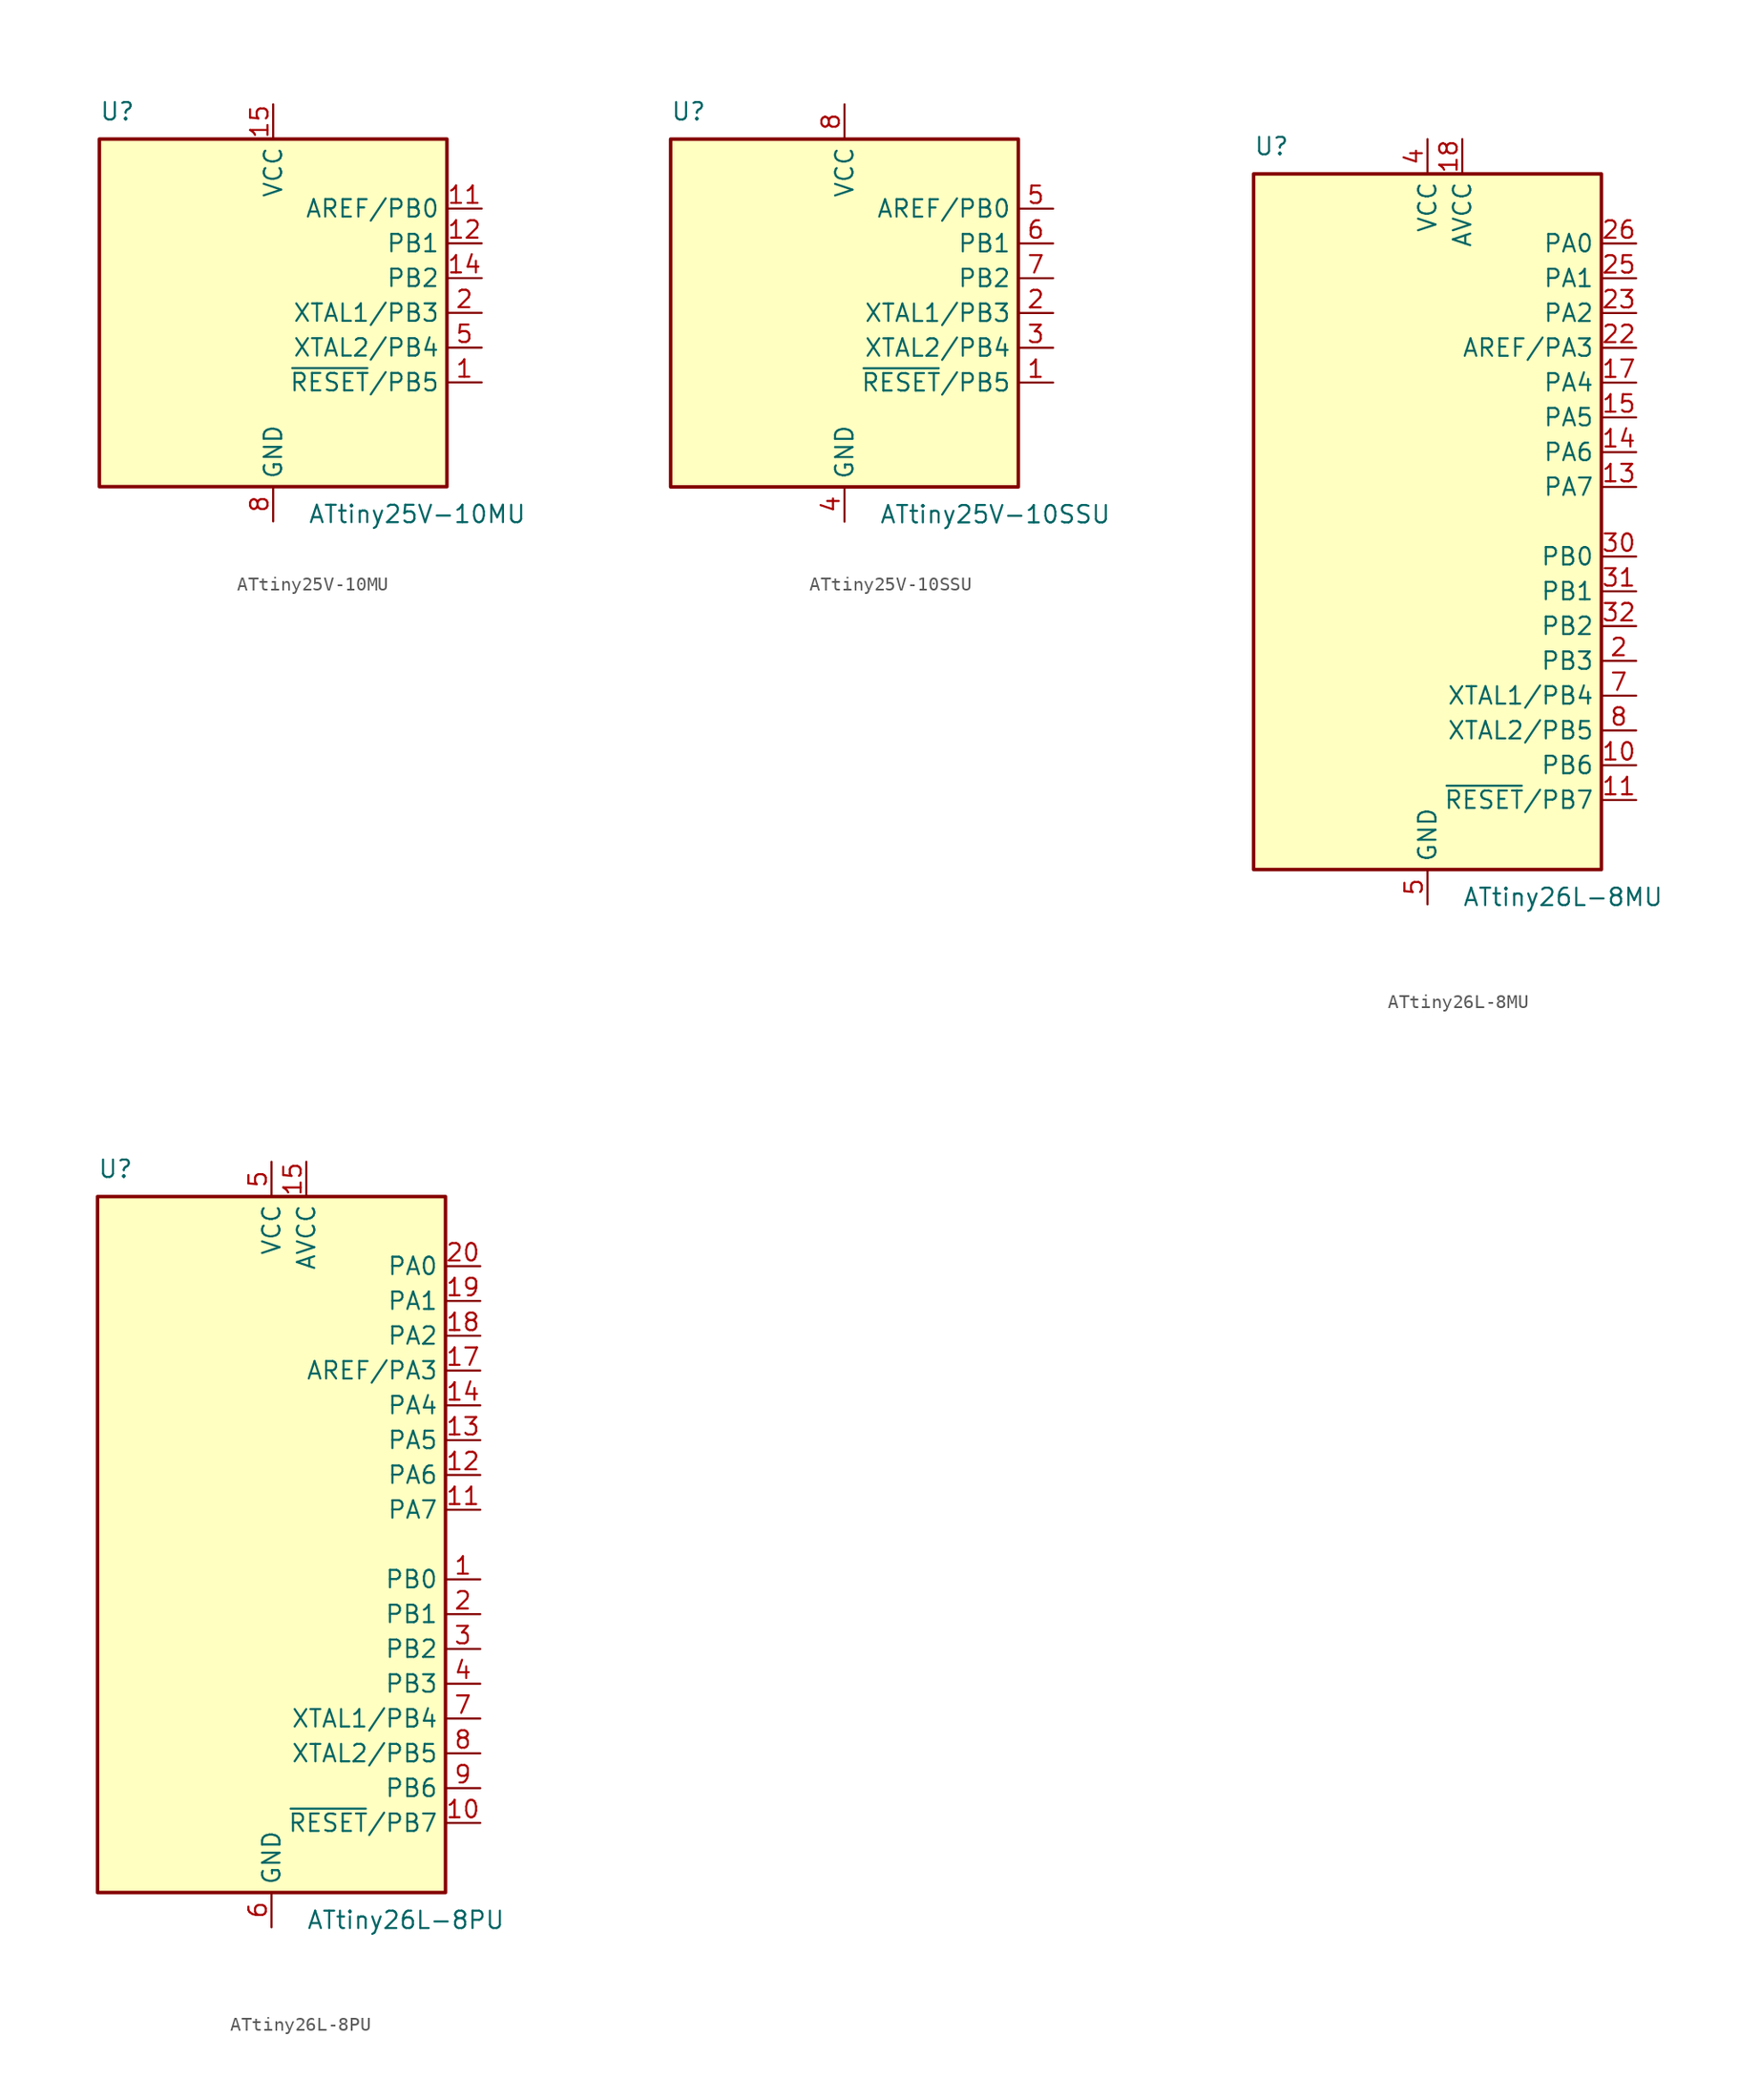
<source format=kicad_sym>
(kicad_symbol_lib
  (version 20201005)
  (generator kicad_symbol_editor)
  (symbol "ATtiny25V-10MU"
    (property "Reference" "U"
      (at -12.7 13.97 0)
      (effects (font (size 1.27 1.27)) (justify left bottom)))
    (property "Value" "ATtiny25V-10MU"
      (at 2.54 -13.97 0)
      (effects (font (size 1.27 1.27)) (justify left top)))
    (symbol "ATtiny25V-10MU_0_1"
      (rectangle (start -12.7 -12.7) (end 12.7 12.7) (stroke (width 0.254)) (fill (type background))))
    (symbol "ATtiny25V-10MU_1_1"
      (pin tri_state line (at 15.24 -5.08 180) (length 2.54) (name "~RESET~/PB5" (effects (font (size 1.27 1.27)))) (number "1" (effects (font (size 1.27 1.27)))))
      (pin no_connect line (at -12.7 -2.54 0) (length 2.54) hide (name "NC" (effects (font (size 1.27 1.27)))) (number "10" (effects (font (size 1.27 1.27)))))
      (pin tri_state line (at 15.24 7.62 180) (length 2.54) (name "AREF/PB0" (effects (font (size 1.27 1.27)))) (number "11" (effects (font (size 1.27 1.27)))))
      (pin tri_state line (at 15.24 5.08 180) (length 2.54) (name "PB1" (effects (font (size 1.27 1.27)))) (number "12" (effects (font (size 1.27 1.27)))))
      (pin no_connect line (at -12.7 -5.08 0) (length 2.54) hide (name "NC" (effects (font (size 1.27 1.27)))) (number "13" (effects (font (size 1.27 1.27)))))
      (pin tri_state line (at 15.24 2.54 180) (length 2.54) (name "PB2" (effects (font (size 1.27 1.27)))) (number "14" (effects (font (size 1.27 1.27)))))
      (pin power_in line (at 0 15.24 270) (length 2.54) (name "VCC" (effects (font (size 1.27 1.27)))) (number "15" (effects (font (size 1.27 1.27)))))
      (pin no_connect line (at -12.7 -7.62 0) (length 2.54) hide (name "NC" (effects (font (size 1.27 1.27)))) (number "16" (effects (font (size 1.27 1.27)))))
      (pin no_connect line (at -12.7 -10.16 0) (length 2.54) hide (name "NC" (effects (font (size 1.27 1.27)))) (number "17" (effects (font (size 1.27 1.27)))))
      (pin no_connect line (at -7.62 -12.7 90) (length 2.54) hide (name "NC" (effects (font (size 1.27 1.27)))) (number "18" (effects (font (size 1.27 1.27)))))
      (pin no_connect line (at -5.08 -12.7 90) (length 2.54) hide (name "NC" (effects (font (size 1.27 1.27)))) (number "19" (effects (font (size 1.27 1.27)))))
      (pin tri_state line (at 15.24 0 180) (length 2.54) (name "XTAL1/PB3" (effects (font (size 1.27 1.27)))) (number "2" (effects (font (size 1.27 1.27)))))
      (pin no_connect line (at -2.54 -12.7 90) (length 2.54) hide (name "NC" (effects (font (size 1.27 1.27)))) (number "20" (effects (font (size 1.27 1.27)))))
      (pin passive line (at 0 -15.24 90) (length 2.54) hide (name "GND" (effects (font (size 1.27 1.27)))) (number "21" (effects (font (size 1.27 1.27)))))
      (pin no_connect line (at -12.7 10.16 0) (length 2.54) hide (name "NC" (effects (font (size 1.27 1.27)))) (number "3" (effects (font (size 1.27 1.27)))))
      (pin no_connect line (at -12.7 7.62 0) (length 2.54) hide (name "NC" (effects (font (size 1.27 1.27)))) (number "4" (effects (font (size 1.27 1.27)))))
      (pin tri_state line (at 15.24 -2.54 180) (length 2.54) (name "XTAL2/PB4" (effects (font (size 1.27 1.27)))) (number "5" (effects (font (size 1.27 1.27)))))
      (pin no_connect line (at -12.7 5.08 0) (length 2.54) hide (name "NC" (effects (font (size 1.27 1.27)))) (number "6" (effects (font (size 1.27 1.27)))))
      (pin no_connect line (at -12.7 2.54 0) (length 2.54) hide (name "NC" (effects (font (size 1.27 1.27)))) (number "7" (effects (font (size 1.27 1.27)))))
      (pin power_in line (at 0 -15.24 90) (length 2.54) (name "GND" (effects (font (size 1.27 1.27)))) (number "8" (effects (font (size 1.27 1.27)))))
      (pin no_connect line (at -12.7 0 0) (length 2.54) hide (name "NC" (effects (font (size 1.27 1.27)))) (number "9" (effects (font (size 1.27 1.27)))))))
  (symbol "ATtiny25V-10SSU"
    (property "Reference" "U"
      (at -12.7 13.97 0)
      (effects (font (size 1.27 1.27)) (justify left bottom)))
    (property "Value" "ATtiny25V-10SSU"
      (at 2.54 -13.97 0)
      (effects (font (size 1.27 1.27)) (justify left top)))
    (symbol "ATtiny25V-10SSU_0_1"
      (rectangle (start -12.7 -12.7) (end 12.7 12.7) (stroke (width 0.254)) (fill (type background))))
    (symbol "ATtiny25V-10SSU_1_1"
      (pin tri_state line (at 15.24 -5.08 180) (length 2.54) (name "~RESET~/PB5" (effects (font (size 1.27 1.27)))) (number "1" (effects (font (size 1.27 1.27)))))
      (pin tri_state line (at 15.24 0 180) (length 2.54) (name "XTAL1/PB3" (effects (font (size 1.27 1.27)))) (number "2" (effects (font (size 1.27 1.27)))))
      (pin tri_state line (at 15.24 -2.54 180) (length 2.54) (name "XTAL2/PB4" (effects (font (size 1.27 1.27)))) (number "3" (effects (font (size 1.27 1.27)))))
      (pin power_in line (at 0 -15.24 90) (length 2.54) (name "GND" (effects (font (size 1.27 1.27)))) (number "4" (effects (font (size 1.27 1.27)))))
      (pin tri_state line (at 15.24 7.62 180) (length 2.54) (name "AREF/PB0" (effects (font (size 1.27 1.27)))) (number "5" (effects (font (size 1.27 1.27)))))
      (pin tri_state line (at 15.24 5.08 180) (length 2.54) (name "PB1" (effects (font (size 1.27 1.27)))) (number "6" (effects (font (size 1.27 1.27)))))
      (pin tri_state line (at 15.24 2.54 180) (length 2.54) (name "PB2" (effects (font (size 1.27 1.27)))) (number "7" (effects (font (size 1.27 1.27)))))
      (pin power_in line (at 0 15.24 270) (length 2.54) (name "VCC" (effects (font (size 1.27 1.27)))) (number "8" (effects (font (size 1.27 1.27)))))))
  (symbol "ATtiny26L-8MU"
    (property "Reference" "U"
      (at -12.7 26.67 0)
      (effects (font (size 1.27 1.27)) (justify left bottom)))
    (property "Value" "ATtiny26L-8MU"
      (at 2.54 -26.67 0)
      (effects (font (size 1.27 1.27)) (justify left top)))
    (symbol "ATtiny26L-8MU_0_1"
      (rectangle (start -12.7 -25.4) (end 12.7 25.4) (stroke (width 0.254)) (fill (type background))))
    (symbol "ATtiny26L-8MU_1_1"
      (pin no_connect line (at -12.7 5.08 0) (length 2.54) hide (name "NC" (effects (font (size 1.27 1.27)))) (number "1" (effects (font (size 1.27 1.27)))))
      (pin tri_state line (at 15.24 -17.78 180) (length 2.54) (name "PB6" (effects (font (size 1.27 1.27)))) (number "10" (effects (font (size 1.27 1.27)))))
      (pin tri_state line (at 15.24 -20.32 180) (length 2.54) (name "~RESET~/PB7" (effects (font (size 1.27 1.27)))) (number "11" (effects (font (size 1.27 1.27)))))
      (pin no_connect line (at -12.7 -5.08 0) (length 2.54) hide (name "NC" (effects (font (size 1.27 1.27)))) (number "12" (effects (font (size 1.27 1.27)))))
      (pin tri_state line (at 15.24 2.54 180) (length 2.54) (name "PA7" (effects (font (size 1.27 1.27)))) (number "13" (effects (font (size 1.27 1.27)))))
      (pin tri_state line (at 15.24 5.08 180) (length 2.54) (name "PA6" (effects (font (size 1.27 1.27)))) (number "14" (effects (font (size 1.27 1.27)))))
      (pin tri_state line (at 15.24 7.62 180) (length 2.54) (name "PA5" (effects (font (size 1.27 1.27)))) (number "15" (effects (font (size 1.27 1.27)))))
      (pin no_connect line (at -12.7 -7.62 0) (length 2.54) hide (name "NC" (effects (font (size 1.27 1.27)))) (number "16" (effects (font (size 1.27 1.27)))))
      (pin tri_state line (at 15.24 10.16 180) (length 2.54) (name "PA4" (effects (font (size 1.27 1.27)))) (number "17" (effects (font (size 1.27 1.27)))))
      (pin power_in line (at 2.54 27.94 270) (length 2.54) (name "AVCC" (effects (font (size 1.27 1.27)))) (number "18" (effects (font (size 1.27 1.27)))))
      (pin no_connect line (at -12.7 -10.16 0) (length 2.54) hide (name "NC" (effects (font (size 1.27 1.27)))) (number "19" (effects (font (size 1.27 1.27)))))
      (pin tri_state line (at 15.24 -10.16 180) (length 2.54) (name "PB3" (effects (font (size 1.27 1.27)))) (number "2" (effects (font (size 1.27 1.27)))))
      (pin no_connect line (at -12.7 -12.7 0) (length 2.54) hide (name "NC" (effects (font (size 1.27 1.27)))) (number "20" (effects (font (size 1.27 1.27)))))
      (pin passive line (at 0 -27.94 90) (length 2.54) hide (name "GND" (effects (font (size 1.27 1.27)))) (number "21" (effects (font (size 1.27 1.27)))))
      (pin tri_state line (at 15.24 12.7 180) (length 2.54) (name "AREF/PA3" (effects (font (size 1.27 1.27)))) (number "22" (effects (font (size 1.27 1.27)))))
      (pin tri_state line (at 15.24 15.24 180) (length 2.54) (name "PA2" (effects (font (size 1.27 1.27)))) (number "23" (effects (font (size 1.27 1.27)))))
      (pin no_connect line (at -12.7 -15.24 0) (length 2.54) hide (name "NC" (effects (font (size 1.27 1.27)))) (number "24" (effects (font (size 1.27 1.27)))))
      (pin tri_state line (at 15.24 17.78 180) (length 2.54) (name "PA1" (effects (font (size 1.27 1.27)))) (number "25" (effects (font (size 1.27 1.27)))))
      (pin tri_state line (at 15.24 20.32 180) (length 2.54) (name "PA0" (effects (font (size 1.27 1.27)))) (number "26" (effects (font (size 1.27 1.27)))))
      (pin no_connect line (at -12.7 -17.78 0) (length 2.54) hide (name "NC" (effects (font (size 1.27 1.27)))) (number "27" (effects (font (size 1.27 1.27)))))
      (pin no_connect line (at -12.7 -20.32 0) (length 2.54) hide (name "NC" (effects (font (size 1.27 1.27)))) (number "28" (effects (font (size 1.27 1.27)))))
      (pin no_connect line (at -12.7 -22.86 0) (length 2.54) hide (name "NC" (effects (font (size 1.27 1.27)))) (number "29" (effects (font (size 1.27 1.27)))))
      (pin no_connect line (at -12.7 2.54 0) (length 2.54) hide (name "NC" (effects (font (size 1.27 1.27)))) (number "3" (effects (font (size 1.27 1.27)))))
      (pin tri_state line (at 15.24 -2.54 180) (length 2.54) (name "PB0" (effects (font (size 1.27 1.27)))) (number "30" (effects (font (size 1.27 1.27)))))
      (pin tri_state line (at 15.24 -5.08 180) (length 2.54) (name "PB1" (effects (font (size 1.27 1.27)))) (number "31" (effects (font (size 1.27 1.27)))))
      (pin tri_state line (at 15.24 -7.62 180) (length 2.54) (name "PB2" (effects (font (size 1.27 1.27)))) (number "32" (effects (font (size 1.27 1.27)))))
      (pin passive line (at 0 -27.94 90) (length 2.54) hide (name "GND" (effects (font (size 1.27 1.27)))) (number "33" (effects (font (size 1.27 1.27)))))
      (pin power_in line (at 0 27.94 270) (length 2.54) (name "VCC" (effects (font (size 1.27 1.27)))) (number "4" (effects (font (size 1.27 1.27)))))
      (pin power_in line (at 0 -27.94 90) (length 2.54) (name "GND" (effects (font (size 1.27 1.27)))) (number "5" (effects (font (size 1.27 1.27)))))
      (pin no_connect line (at -12.7 0 0) (length 2.54) hide (name "NC" (effects (font (size 1.27 1.27)))) (number "6" (effects (font (size 1.27 1.27)))))
      (pin tri_state line (at 15.24 -12.7 180) (length 2.54) (name "XTAL1/PB4" (effects (font (size 1.27 1.27)))) (number "7" (effects (font (size 1.27 1.27)))))
      (pin tri_state line (at 15.24 -15.24 180) (length 2.54) (name "XTAL2/PB5" (effects (font (size 1.27 1.27)))) (number "8" (effects (font (size 1.27 1.27)))))
      (pin no_connect line (at -12.7 -2.54 0) (length 2.54) hide (name "NC" (effects (font (size 1.27 1.27)))) (number "9" (effects (font (size 1.27 1.27)))))))
  (symbol "ATtiny26L-8PU"
    (property "Reference" "U"
      (at -12.7 26.67 0)
      (effects (font (size 1.27 1.27)) (justify left bottom)))
    (property "Value" "ATtiny26L-8PU"
      (at 2.54 -26.67 0)
      (effects (font (size 1.27 1.27)) (justify left top)))
    (symbol "ATtiny26L-8PU_0_1"
      (rectangle (start -12.7 -25.4) (end 12.7 25.4) (stroke (width 0.254)) (fill (type background))))
    (symbol "ATtiny26L-8PU_1_1"
      (pin tri_state line (at 15.24 -2.54 180) (length 2.54) (name "PB0" (effects (font (size 1.27 1.27)))) (number "1" (effects (font (size 1.27 1.27)))))
      (pin tri_state line (at 15.24 -20.32 180) (length 2.54) (name "~RESET~/PB7" (effects (font (size 1.27 1.27)))) (number "10" (effects (font (size 1.27 1.27)))))
      (pin tri_state line (at 15.24 2.54 180) (length 2.54) (name "PA7" (effects (font (size 1.27 1.27)))) (number "11" (effects (font (size 1.27 1.27)))))
      (pin tri_state line (at 15.24 5.08 180) (length 2.54) (name "PA6" (effects (font (size 1.27 1.27)))) (number "12" (effects (font (size 1.27 1.27)))))
      (pin tri_state line (at 15.24 7.62 180) (length 2.54) (name "PA5" (effects (font (size 1.27 1.27)))) (number "13" (effects (font (size 1.27 1.27)))))
      (pin tri_state line (at 15.24 10.16 180) (length 2.54) (name "PA4" (effects (font (size 1.27 1.27)))) (number "14" (effects (font (size 1.27 1.27)))))
      (pin power_in line (at 2.54 27.94 270) (length 2.54) (name "AVCC" (effects (font (size 1.27 1.27)))) (number "15" (effects (font (size 1.27 1.27)))))
      (pin passive line (at 0 -27.94 90) (length 2.54) hide (name "GND" (effects (font (size 1.27 1.27)))) (number "16" (effects (font (size 1.27 1.27)))))
      (pin tri_state line (at 15.24 12.7 180) (length 2.54) (name "AREF/PA3" (effects (font (size 1.27 1.27)))) (number "17" (effects (font (size 1.27 1.27)))))
      (pin tri_state line (at 15.24 15.24 180) (length 2.54) (name "PA2" (effects (font (size 1.27 1.27)))) (number "18" (effects (font (size 1.27 1.27)))))
      (pin tri_state line (at 15.24 17.78 180) (length 2.54) (name "PA1" (effects (font (size 1.27 1.27)))) (number "19" (effects (font (size 1.27 1.27)))))
      (pin tri_state line (at 15.24 -5.08 180) (length 2.54) (name "PB1" (effects (font (size 1.27 1.27)))) (number "2" (effects (font (size 1.27 1.27)))))
      (pin tri_state line (at 15.24 20.32 180) (length 2.54) (name "PA0" (effects (font (size 1.27 1.27)))) (number "20" (effects (font (size 1.27 1.27)))))
      (pin tri_state line (at 15.24 -7.62 180) (length 2.54) (name "PB2" (effects (font (size 1.27 1.27)))) (number "3" (effects (font (size 1.27 1.27)))))
      (pin tri_state line (at 15.24 -10.16 180) (length 2.54) (name "PB3" (effects (font (size 1.27 1.27)))) (number "4" (effects (font (size 1.27 1.27)))))
      (pin power_in line (at 0 27.94 270) (length 2.54) (name "VCC" (effects (font (size 1.27 1.27)))) (number "5" (effects (font (size 1.27 1.27)))))
      (pin power_in line (at 0 -27.94 90) (length 2.54) (name "GND" (effects (font (size 1.27 1.27)))) (number "6" (effects (font (size 1.27 1.27)))))
      (pin tri_state line (at 15.24 -12.7 180) (length 2.54) (name "XTAL1/PB4" (effects (font (size 1.27 1.27)))) (number "7" (effects (font (size 1.27 1.27)))))
      (pin tri_state line (at 15.24 -15.24 180) (length 2.54) (name "XTAL2/PB5" (effects (font (size 1.27 1.27)))) (number "8" (effects (font (size 1.27 1.27)))))
      (pin tri_state line (at 15.24 -17.78 180) (length 2.54) (name "PB6" (effects (font (size 1.27 1.27)))) (number "9" (effects (font (size 1.27 1.27))))))))
</source>
